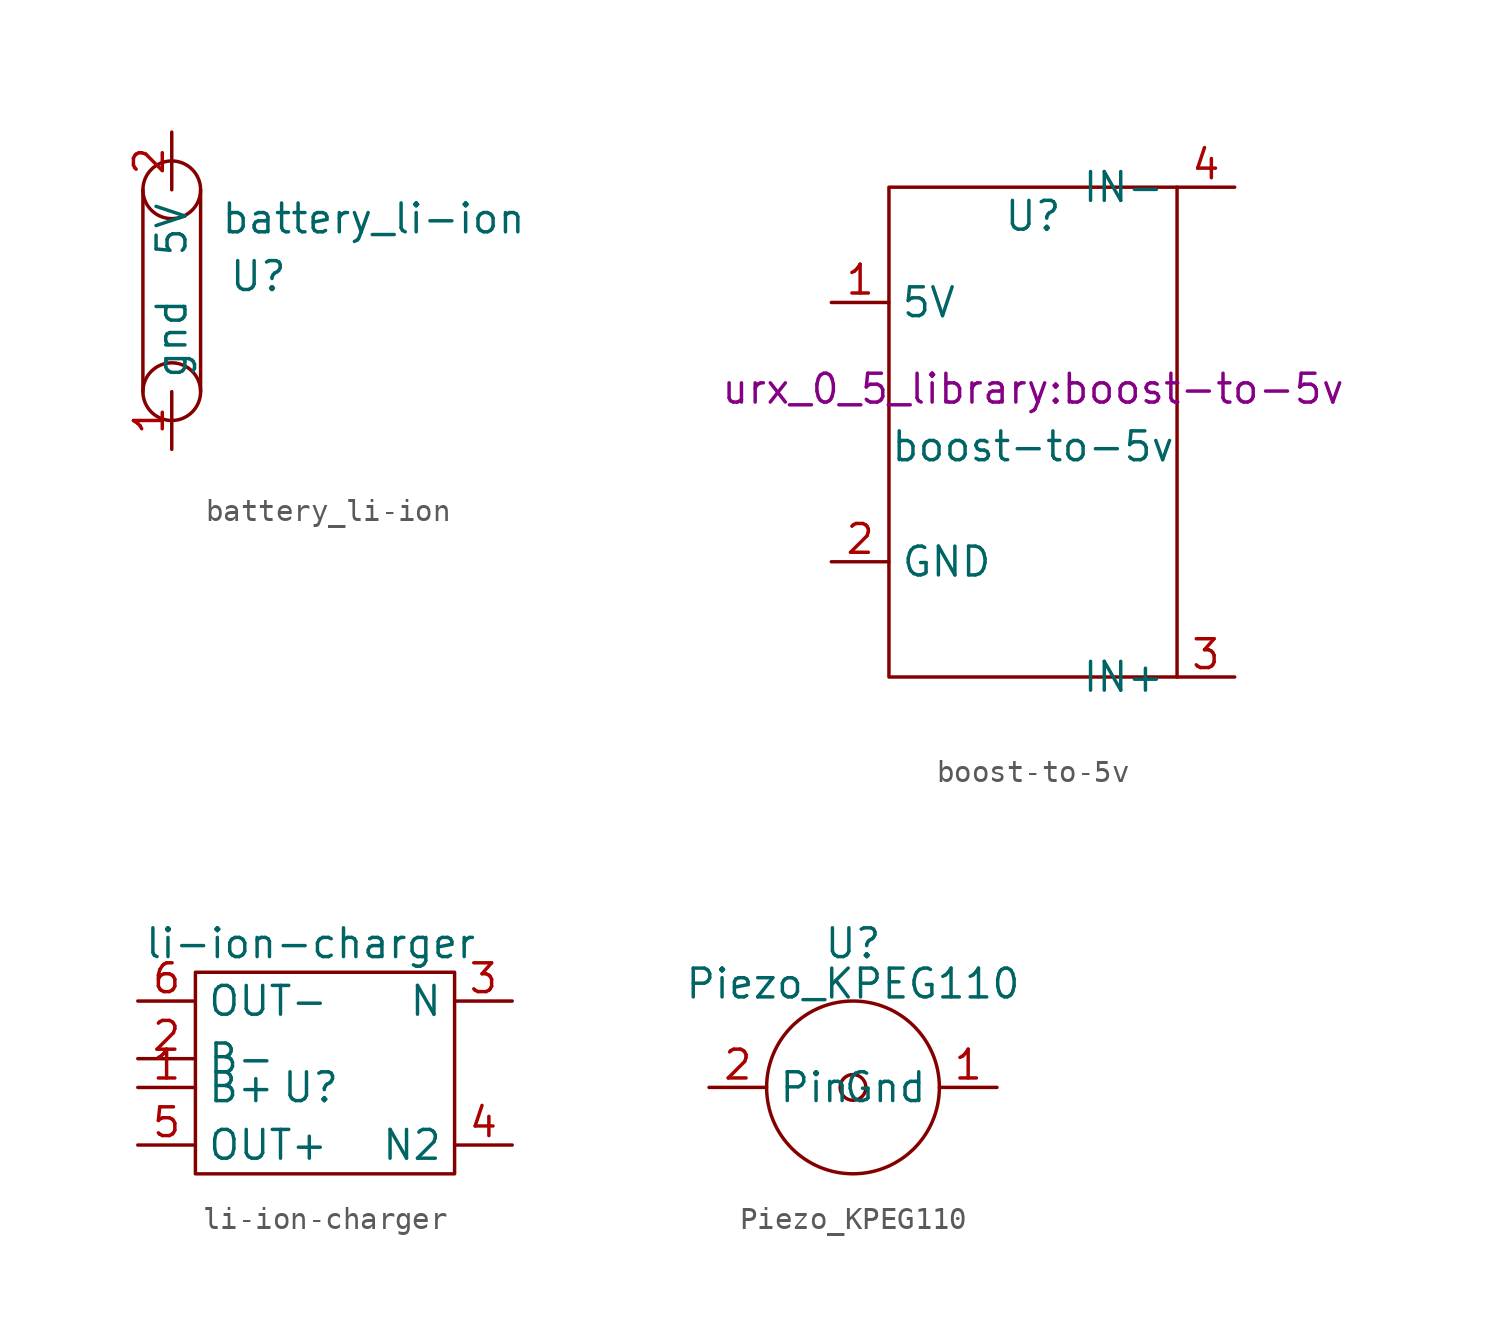
<source format=kicad_sym>
(kicad_symbol_lib
  (version 20211014)
  (generator kicad_symbol_editor)
  (symbol "battery_li-ion"
    (property "Reference" "U"
      (at 3.81 1.27 0)
      (effects (font (size 1.27 1.27))))
    (property "Value" "battery_li-ion"
      (at 8.89 3.81 0)
      (effects (font (size 1.27 1.27))))
    (symbol "battery_li-ion_0_1"
      (circle (center 0 -3.81) (radius 1.27) (stroke (width 0) (type default) (color 0 0 0 0)) (fill (type none)))
      (polyline (pts (xy -1.27 5.08) (xy -1.27 -3.81)) (stroke (width 0) (type default) (color 0 0 0 0)) (fill (type none)))
      (polyline (pts (xy 1.27 -3.81) (xy 1.27 5.08) (xy 1.27 -1.27)) (stroke (width 0) (type default) (color 0 0 0 0)) (fill (type none)))
      (circle (center 0 5.08) (radius 1.27) (stroke (width 0) (type default) (color 0 0 0 0)) (fill (type none))))
    (symbol "battery_li-ion_1_1"
      (pin input line (at 0 -6.35 90) (length 2.54) (name "gnd" (effects (font (size 1.27 1.27)))) (number "1" (effects (font (size 1.27 1.27)))))
      (pin input line (at 0 7.62 270) (length 2.54) (name "5V" (effects (font (size 1.27 1.27)))) (number "2" (effects (font (size 1.27 1.27)))))))
  (symbol "boost-to-5v"
    (property "Reference" "U"
      (at 0 11.43 0)
      (effects (font (size 1.27 1.27))))
    (property "Value" "boost-to-5v"
      (at 0 1.27 0)
      (effects (font (size 1.27 1.27))))
    (property "Footprint" "urx_0_5_library:boost-to-5v"
      (at 0 3.81 0)
      (effects (font (size 1.27 1.27))))
    (symbol "boost-to-5v_0_1"
      (rectangle (start -6.35 12.7) (end 6.35 -8.89) (stroke (width 0) (type default) (color 0 0 0 0)) (fill (type none))))
    (symbol "boost-to-5v_1_1"
      (pin input line (at -8.89 7.62 0) (length 2.54) (name "5V" (effects (font (size 1.27 1.27)))) (number "1" (effects (font (size 1.27 1.27)))))
      (pin input line (at -8.89 -3.81 0) (length 2.54) (name "GND" (effects (font (size 1.27 1.27)))) (number "2" (effects (font (size 1.27 1.27)))))
      (pin input line (at 8.89 -8.89 180) (length 2.54) (name "IN+" (effects (font (size 1.27 1.27)))) (number "3" (effects (font (size 1.27 1.27)))))
      (pin input line (at 8.89 12.7 180) (length 2.54) (name "IN-" (effects (font (size 1.27 1.27)))) (number "4" (effects (font (size 1.27 1.27)))))))
  (symbol "li-ion-charger"
    (property "Reference" "U"
      (at 0 0 0)
      (effects (font (size 1.27 1.27))))
    (property "Value" "li-ion-charger"
      (at 0 6.35 0)
      (effects (font (size 1.27 1.27))))
    (symbol "li-ion-charger_0_1"
      (rectangle (start -5.08 5.08) (end 6.35 -3.81) (stroke (width 0) (type default) (color 0 0 0 0)) (fill (type none))))
    (symbol "li-ion-charger_1_1"
      (pin input line (at -7.62 0 0) (length 2.54) (name "B+" (effects (font (size 1.27 1.27)))) (number "1" (effects (font (size 1.27 1.27)))))
      (pin input line (at -7.62 1.27 0) (length 2.54) (name "B-" (effects (font (size 1.27 1.27)))) (number "2" (effects (font (size 1.27 1.27)))))
      (pin input line (at 8.89 3.81 180) (length 2.54) (name "N" (effects (font (size 1.27 1.27)))) (number "3" (effects (font (size 1.27 1.27)))))
      (pin input line (at 8.89 -2.54 180) (length 2.54) (name "N2" (effects (font (size 1.27 1.27)))) (number "4" (effects (font (size 1.27 1.27)))))
      (pin input line (at -7.62 -2.54 0) (length 2.54) (name "OUT+" (effects (font (size 1.27 1.27)))) (number "5" (effects (font (size 1.27 1.27)))))
      (pin input line (at -7.62 3.81 0) (length 2.54) (name "OUT-" (effects (font (size 1.27 1.27)))) (number "6" (effects (font (size 1.27 1.27)))))))
  (symbol "Piezo_KPEG110"
    (property "Reference" "U"
      (at 0 6.35 0)
      (effects (font (size 1.27 1.27))))
    (property "Value" "Piezo_KPEG110"
      (at 0 4.572 0)
      (effects (font (size 1.27 1.27))))
    (symbol "Piezo_KPEG110_0_1"
      (circle (center 0 0) (radius 0.568) (stroke (width 0) (type default) (color 0 0 0 0)) (fill (type none)))
      (circle (center 0 0) (radius 3.81) (stroke (width 0) (type default) (color 0 0 0 0)) (fill (type none))))
    (symbol "Piezo_KPEG110_1_1"
      (pin input line (at 6.35 0 180) (length 2.54) (name "Gnd" (effects (font (size 1.27 1.27)))) (number "1" (effects (font (size 1.27 1.27)))))
      (pin input line (at -6.35 0 0) (length 2.54) (name "Pin" (effects (font (size 1.27 1.27)))) (number "2" (effects (font (size 1.27 1.27))))))))
</source>
